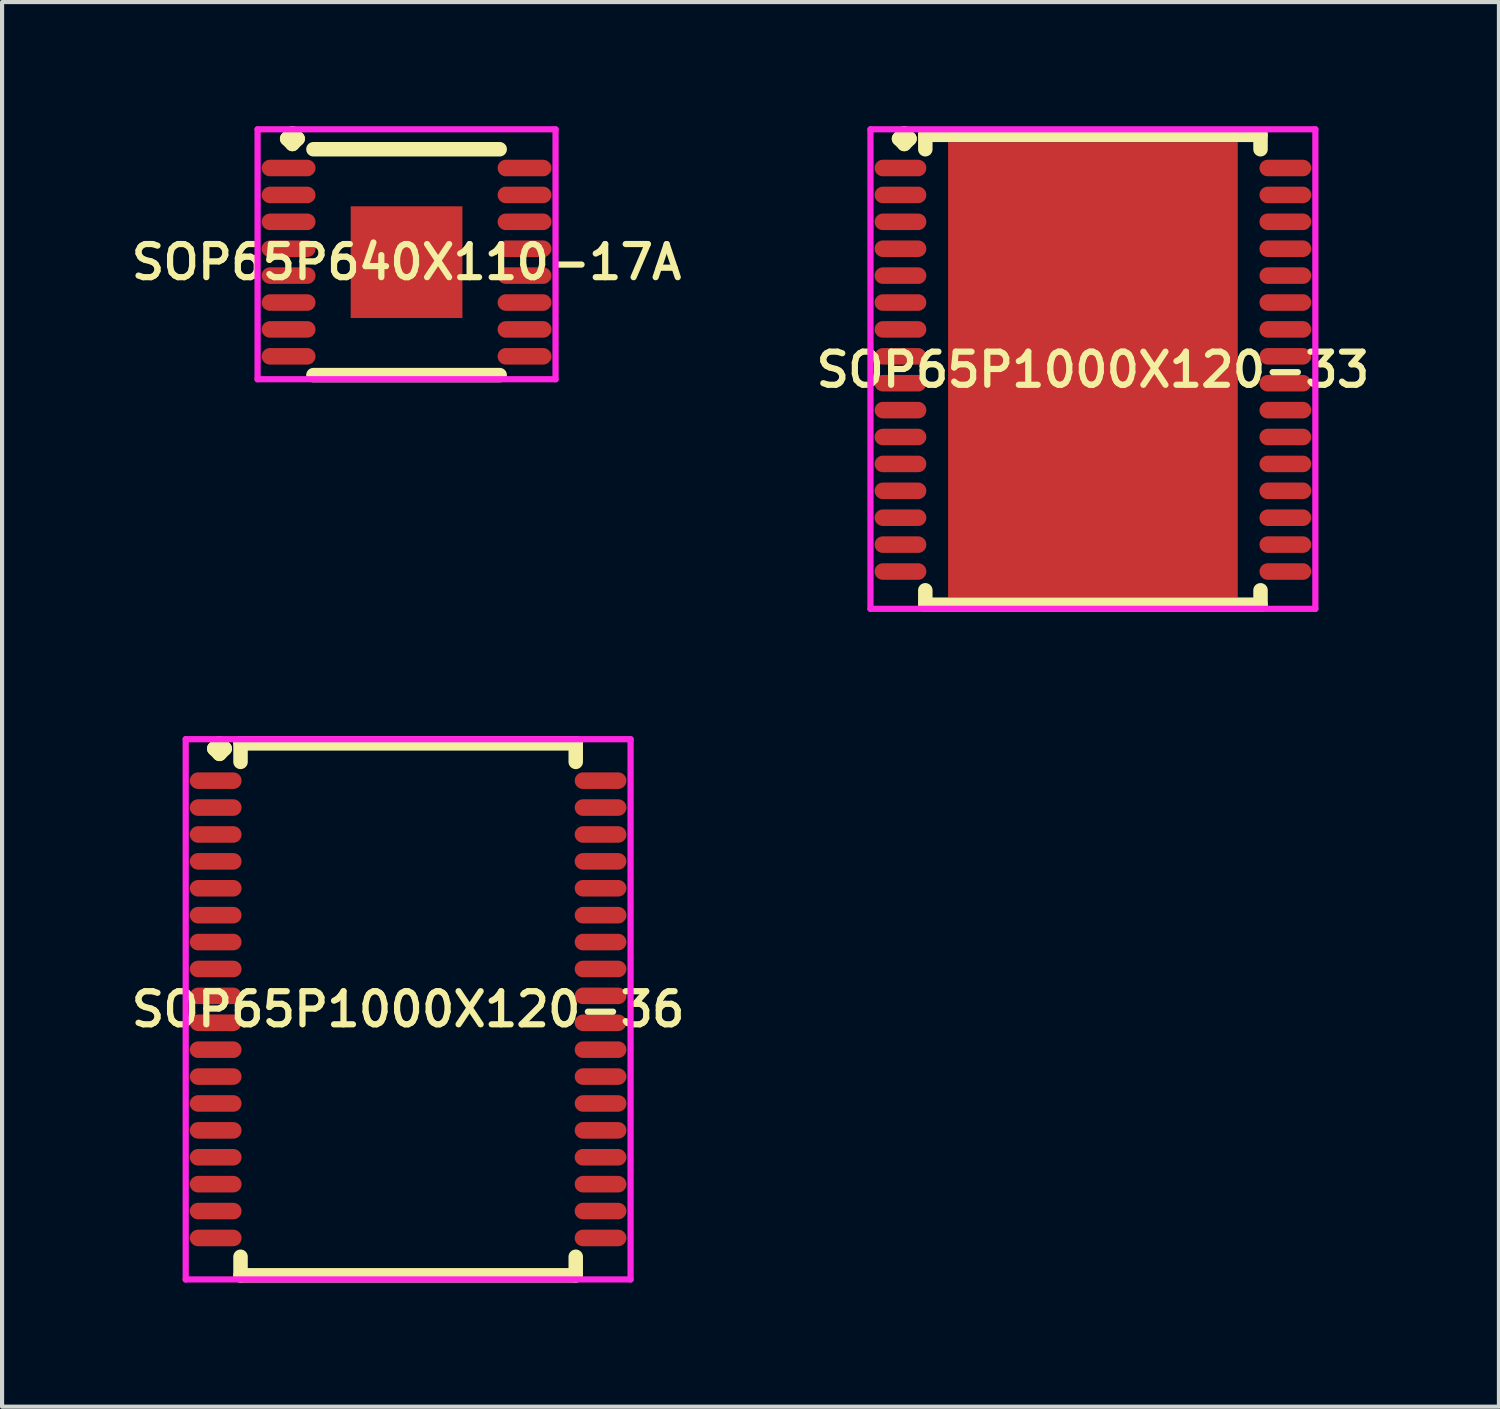
<source format=kicad_pcb>
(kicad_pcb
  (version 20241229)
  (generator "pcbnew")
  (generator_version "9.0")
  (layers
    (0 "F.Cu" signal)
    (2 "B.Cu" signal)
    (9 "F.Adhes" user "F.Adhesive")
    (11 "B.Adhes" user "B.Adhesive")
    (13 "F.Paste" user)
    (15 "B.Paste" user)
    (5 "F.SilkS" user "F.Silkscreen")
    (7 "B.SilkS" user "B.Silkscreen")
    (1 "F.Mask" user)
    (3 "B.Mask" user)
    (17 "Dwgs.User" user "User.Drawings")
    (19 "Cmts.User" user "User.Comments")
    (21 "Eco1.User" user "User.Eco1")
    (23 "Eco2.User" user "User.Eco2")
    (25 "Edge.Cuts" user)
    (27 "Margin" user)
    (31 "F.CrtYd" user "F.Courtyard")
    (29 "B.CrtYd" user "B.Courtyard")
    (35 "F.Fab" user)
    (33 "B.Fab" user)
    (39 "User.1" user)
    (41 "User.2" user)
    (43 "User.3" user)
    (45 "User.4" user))
  (footprint "SOP65P1000X120-36"
    (layer "F.Cu")
    (at 6.812 21.339)
    (property "Reference" "SOP65P1000X120-36" (at 0 0 0) (layer "F.SilkS") (effects (font (size 0.8 0.8) (thickness 0.15))))
    (attr smd)
    (fp_line (start -4.685 -6.3) (end -4.558 -6.427) (stroke (width 0.35) (type solid)) (layer "F.SilkS"))
    (fp_line (start -4.558 -6.427) (end -4.431 -6.3) (stroke (width 0.35) (type solid)) (layer "F.SilkS"))
    (fp_line (start -4.558 -6.173) (end -4.685 -6.3) (stroke (width 0.35) (type solid)) (layer "F.SilkS"))
    (fp_line (start -4.431 -6.3) (end -4.558 -6.173) (stroke (width 0.35) (type solid)) (layer "F.SilkS"))
    (fp_line (start -4.05 -6.427) (end 4.05 -6.427) (stroke (width 0.35) (type solid)) (layer "F.SilkS"))
    (fp_line (start -4.05 -5.979) (end -4.05 -6.427) (stroke (width 0.35) (type solid)) (layer "F.SilkS"))
    (fp_line (start -4.05 5.979) (end -4.05 6.427) (stroke (width 0.35) (type solid)) (layer "F.SilkS"))
    (fp_line (start -4.05 6.427) (end 4.05 6.427) (stroke (width 0.35) (type solid)) (layer "F.SilkS"))
    (fp_line (start 4.05 -6.427) (end 4.05 -5.979) (stroke (width 0.35) (type solid)) (layer "F.SilkS"))
    (fp_line (start 4.05 6.427) (end 4.05 5.979) (stroke (width 0.35) (type solid)) (layer "F.SilkS"))
    (fp_line (start -5.375 -6.527) (end 5.375 -6.527) (stroke (width 0.15) (type solid)) (layer "F.CrtYd"))
    (fp_line (start -5.375 6.527) (end -5.375 -6.527) (stroke (width 0.15) (type solid)) (layer "F.CrtYd"))
    (fp_line (start 5.375 -6.527) (end 5.375 6.527) (stroke (width 0.15) (type solid)) (layer "F.CrtYd"))
    (fp_line (start 5.375 6.527) (end -5.375 6.527) (stroke (width 0.15) (type solid)) (layer "F.CrtYd"))
    (pad "1" smd oval (at -4.65 -5.525) (size 1.25 0.4) (layers "F.Cu" "F.Mask" "F.Paste"))
    (pad "2" smd oval (at -4.65 -4.875) (size 1.25 0.4) (layers "F.Cu" "F.Mask" "F.Paste"))
    (pad "3" smd oval (at -4.65 -4.225) (size 1.25 0.4) (layers "F.Cu" "F.Mask" "F.Paste"))
    (pad "4" smd oval (at -4.65 -3.575) (size 1.25 0.4) (layers "F.Cu" "F.Mask" "F.Paste"))
    (pad "5" smd oval (at -4.65 -2.925) (size 1.25 0.4) (layers "F.Cu" "F.Mask" "F.Paste"))
    (pad "6" smd oval (at -4.65 -2.275) (size 1.25 0.4) (layers "F.Cu" "F.Mask" "F.Paste"))
    (pad "7" smd oval (at -4.65 -1.625) (size 1.25 0.4) (layers "F.Cu" "F.Mask" "F.Paste"))
    (pad "8" smd oval (at -4.65 -0.975) (size 1.25 0.4) (layers "F.Cu" "F.Mask" "F.Paste"))
    (pad "9" smd oval (at -4.65 -0.325) (size 1.25 0.4) (layers "F.Cu" "F.Mask" "F.Paste"))
    (pad "10" smd oval (at -4.65 0.325) (size 1.25 0.4) (layers "F.Cu" "F.Mask" "F.Paste"))
    (pad "11" smd oval (at -4.65 0.975) (size 1.25 0.4) (layers "F.Cu" "F.Mask" "F.Paste"))
    (pad "12" smd oval (at -4.65 1.625) (size 1.25 0.4) (layers "F.Cu" "F.Mask" "F.Paste"))
    (pad "13" smd oval (at -4.65 2.275) (size 1.25 0.4) (layers "F.Cu" "F.Mask" "F.Paste"))
    (pad "14" smd oval (at -4.65 2.925) (size 1.25 0.4) (layers "F.Cu" "F.Mask" "F.Paste"))
    (pad "15" smd oval (at -4.65 3.575) (size 1.25 0.4) (layers "F.Cu" "F.Mask" "F.Paste"))
    (pad "16" smd oval (at -4.65 4.225) (size 1.25 0.4) (layers "F.Cu" "F.Mask" "F.Paste"))
    (pad "17" smd oval (at -4.65 4.875) (size 1.25 0.4) (layers "F.Cu" "F.Mask" "F.Paste"))
    (pad "18" smd oval (at -4.65 5.525) (size 1.25 0.4) (layers "F.Cu" "F.Mask" "F.Paste"))
    (pad "19" smd oval (at 4.65 5.525) (size 1.25 0.4) (layers "F.Cu" "F.Mask" "F.Paste"))
    (pad "20" smd oval (at 4.65 4.875) (size 1.25 0.4) (layers "F.Cu" "F.Mask" "F.Paste"))
    (pad "21" smd oval (at 4.65 4.225) (size 1.25 0.4) (layers "F.Cu" "F.Mask" "F.Paste"))
    (pad "22" smd oval (at 4.65 3.575) (size 1.25 0.4) (layers "F.Cu" "F.Mask" "F.Paste"))
    (pad "23" smd oval (at 4.65 2.925) (size 1.25 0.4) (layers "F.Cu" "F.Mask" "F.Paste"))
    (pad "24" smd oval (at 4.65 2.275) (size 1.25 0.4) (layers "F.Cu" "F.Mask" "F.Paste"))
    (pad "25" smd oval (at 4.65 1.625) (size 1.25 0.4) (layers "F.Cu" "F.Mask" "F.Paste"))
    (pad "26" smd oval (at 4.65 0.975) (size 1.25 0.4) (layers "F.Cu" "F.Mask" "F.Paste"))
    (pad "27" smd oval (at 4.65 0.325) (size 1.25 0.4) (layers "F.Cu" "F.Mask" "F.Paste"))
    (pad "28" smd oval (at 4.65 -0.325) (size 1.25 0.4) (layers "F.Cu" "F.Mask" "F.Paste"))
    (pad "29" smd oval (at 4.65 -0.975) (size 1.25 0.4) (layers "F.Cu" "F.Mask" "F.Paste"))
    (pad "30" smd oval (at 4.65 -1.625) (size 1.25 0.4) (layers "F.Cu" "F.Mask" "F.Paste"))
    (pad "31" smd oval (at 4.65 -2.275) (size 1.25 0.4) (layers "F.Cu" "F.Mask" "F.Paste"))
    (pad "32" smd oval (at 4.65 -2.925) (size 1.25 0.4) (layers "F.Cu" "F.Mask" "F.Paste"))
    (pad "33" smd oval (at 4.65 -3.575) (size 1.25 0.4) (layers "F.Cu" "F.Mask" "F.Paste"))
    (pad "34" smd oval (at 4.65 -4.225) (size 1.25 0.4) (layers "F.Cu" "F.Mask" "F.Paste"))
    (pad "35" smd oval (at 4.65 -4.875) (size 1.25 0.4) (layers "F.Cu" "F.Mask" "F.Paste"))
    (pad "36" smd oval (at 4.65 -5.525) (size 1.25 0.4) (layers "F.Cu" "F.Mask" "F.Paste")))
  (footprint "SOP65P640X110-17A"
    (layer "F.Cu")
    (at 6.774 3.285)
    (property "Reference" "SOP65P640X110-17A" (at 0 0 0) (layer "F.SilkS") (effects (font (size 0.8 0.8) (thickness 0.15))))
    (attr smd)
    (fp_line (start -2.885 -2.983) (end -2.758 -3.11) (stroke (width 0.35) (type solid)) (layer "F.SilkS"))
    (fp_line (start -2.758 -3.11) (end -2.631 -2.983) (stroke (width 0.35) (type solid)) (layer "F.SilkS"))
    (fp_line (start -2.758 -2.856) (end -2.885 -2.983) (stroke (width 0.35) (type solid)) (layer "F.SilkS"))
    (fp_line (start -2.631 -2.983) (end -2.758 -2.856) (stroke (width 0.35) (type solid)) (layer "F.SilkS"))
    (fp_line (start -2.25 -2.729) (end 2.25 -2.729) (stroke (width 0.35) (type solid)) (layer "F.SilkS"))
    (fp_line (start -2.25 2.729) (end 2.25 2.729) (stroke (width 0.35) (type solid)) (layer "F.SilkS"))
    (fp_line (start -3.6 -3.21) (end 3.6 -3.21) (stroke (width 0.15) (type solid)) (layer "F.CrtYd"))
    (fp_line (start -3.6 2.829) (end -3.6 -3.21) (stroke (width 0.15) (type solid)) (layer "F.CrtYd"))
    (fp_line (start 3.6 -3.21) (end 3.6 2.829) (stroke (width 0.15) (type solid)) (layer "F.CrtYd"))
    (fp_line (start 3.6 2.829) (end -3.6 2.829) (stroke (width 0.15) (type solid)) (layer "F.CrtYd"))
    (pad "1" smd oval (at -2.85 -2.275) (size 1.3 0.4) (layers "F.Cu" "F.Mask" "F.Paste"))
    (pad "2" smd oval (at -2.85 -1.625) (size 1.3 0.4) (layers "F.Cu" "F.Mask" "F.Paste"))
    (pad "3" smd oval (at -2.85 -0.975) (size 1.3 0.4) (layers "F.Cu" "F.Mask" "F.Paste"))
    (pad "4" smd oval (at -2.85 -0.325) (size 1.3 0.4) (layers "F.Cu" "F.Mask" "F.Paste"))
    (pad "5" smd oval (at -2.85 0.325) (size 1.3 0.4) (layers "F.Cu" "F.Mask" "F.Paste"))
    (pad "6" smd oval (at -2.85 0.975) (size 1.3 0.4) (layers "F.Cu" "F.Mask" "F.Paste"))
    (pad "7" smd oval (at -2.85 1.625) (size 1.3 0.4) (layers "F.Cu" "F.Mask" "F.Paste"))
    (pad "8" smd oval (at -2.85 2.275) (size 1.3 0.4) (layers "F.Cu" "F.Mask" "F.Paste"))
    (pad "9" smd oval (at 2.85 2.275) (size 1.3 0.4) (layers "F.Cu" "F.Mask" "F.Paste"))
    (pad "10" smd oval (at 2.85 1.625) (size 1.3 0.4) (layers "F.Cu" "F.Mask" "F.Paste"))
    (pad "11" smd oval (at 2.85 0.975) (size 1.3 0.4) (layers "F.Cu" "F.Mask" "F.Paste"))
    (pad "12" smd oval (at 2.85 0.325) (size 1.3 0.4) (layers "F.Cu" "F.Mask" "F.Paste"))
    (pad "13" smd oval (at 2.85 -0.325) (size 1.3 0.4) (layers "F.Cu" "F.Mask" "F.Paste"))
    (pad "14" smd oval (at 2.85 -0.975) (size 1.3 0.4) (layers "F.Cu" "F.Mask" "F.Paste"))
    (pad "15" smd oval (at 2.85 -1.625) (size 1.3 0.4) (layers "F.Cu" "F.Mask" "F.Paste"))
    (pad "16" smd oval (at 2.85 -2.275) (size 1.3 0.4) (layers "F.Cu" "F.Mask" "F.Paste"))
    (pad "17" smd rect (at 0 0) (size 2.7 2.7) (layers "F.Cu" "F.Mask" "F.Paste")))
  (footprint "SOP65P1000X120-33"
    (layer "F.Cu")
    (at 23.359 5.885)
    (property "Reference" "SOP65P1000X120-33" (at 0 0 0) (layer "F.SilkS") (effects (font (size 0.8 0.8) (thickness 0.15))))
    (attr smd)
    (fp_line (start -4.685 -5.583) (end -4.558 -5.71) (stroke (width 0.35) (type solid)) (layer "F.SilkS"))
    (fp_line (start -4.558 -5.71) (end -4.431 -5.583) (stroke (width 0.35) (type solid)) (layer "F.SilkS"))
    (fp_line (start -4.558 -5.456) (end -4.685 -5.583) (stroke (width 0.35) (type solid)) (layer "F.SilkS"))
    (fp_line (start -4.431 -5.583) (end -4.558 -5.456) (stroke (width 0.35) (type solid)) (layer "F.SilkS"))
    (fp_line (start -4.05 -5.677) (end 4.05 -5.677) (stroke (width 0.35) (type solid)) (layer "F.SilkS"))
    (fp_line (start -4.05 -5.329) (end -4.05 -5.677) (stroke (width 0.35) (type solid)) (layer "F.SilkS"))
    (fp_line (start -4.05 5.329) (end -4.05 5.677) (stroke (width 0.35) (type solid)) (layer "F.SilkS"))
    (fp_line (start -4.05 5.677) (end 4.05 5.677) (stroke (width 0.35) (type solid)) (layer "F.SilkS"))
    (fp_line (start 4.05 -5.677) (end 4.05 -5.329) (stroke (width 0.35) (type solid)) (layer "F.SilkS"))
    (fp_line (start 4.05 5.677) (end 4.05 5.329) (stroke (width 0.35) (type solid)) (layer "F.SilkS"))
    (fp_line (start -5.375 -5.81) (end 5.375 -5.81) (stroke (width 0.15) (type solid)) (layer "F.CrtYd"))
    (fp_line (start -5.375 5.777) (end -5.375 -5.81) (stroke (width 0.15) (type solid)) (layer "F.CrtYd"))
    (fp_line (start 5.375 -5.81) (end 5.375 5.777) (stroke (width 0.15) (type solid)) (layer "F.CrtYd"))
    (fp_line (start 5.375 5.777) (end -5.375 5.777) (stroke (width 0.15) (type solid)) (layer "F.CrtYd"))
    (pad "1" smd oval (at -4.65 -4.875) (size 1.25 0.4) (layers "F.Cu" "F.Mask" "F.Paste"))
    (pad "2" smd oval (at -4.65 -4.225) (size 1.25 0.4) (layers "F.Cu" "F.Mask" "F.Paste"))
    (pad "3" smd oval (at -4.65 -3.575) (size 1.25 0.4) (layers "F.Cu" "F.Mask" "F.Paste"))
    (pad "4" smd oval (at -4.65 -2.925) (size 1.25 0.4) (layers "F.Cu" "F.Mask" "F.Paste"))
    (pad "5" smd oval (at -4.65 -2.275) (size 1.25 0.4) (layers "F.Cu" "F.Mask" "F.Paste"))
    (pad "6" smd oval (at -4.65 -1.625) (size 1.25 0.4) (layers "F.Cu" "F.Mask" "F.Paste"))
    (pad "7" smd oval (at -4.65 -0.975) (size 1.25 0.4) (layers "F.Cu" "F.Mask" "F.Paste"))
    (pad "8" smd oval (at -4.65 -0.325) (size 1.25 0.4) (layers "F.Cu" "F.Mask" "F.Paste"))
    (pad "9" smd oval (at -4.65 0.325) (size 1.25 0.4) (layers "F.Cu" "F.Mask" "F.Paste"))
    (pad "10" smd oval (at -4.65 0.975) (size 1.25 0.4) (layers "F.Cu" "F.Mask" "F.Paste"))
    (pad "11" smd oval (at -4.65 1.625) (size 1.25 0.4) (layers "F.Cu" "F.Mask" "F.Paste"))
    (pad "12" smd oval (at -4.65 2.275) (size 1.25 0.4) (layers "F.Cu" "F.Mask" "F.Paste"))
    (pad "13" smd oval (at -4.65 2.925) (size 1.25 0.4) (layers "F.Cu" "F.Mask" "F.Paste"))
    (pad "14" smd oval (at -4.65 3.575) (size 1.25 0.4) (layers "F.Cu" "F.Mask" "F.Paste"))
    (pad "15" smd oval (at -4.65 4.225) (size 1.25 0.4) (layers "F.Cu" "F.Mask" "F.Paste"))
    (pad "16" smd oval (at -4.65 4.875) (size 1.25 0.4) (layers "F.Cu" "F.Mask" "F.Paste"))
    (pad "17" smd oval (at 4.65 4.875) (size 1.25 0.4) (layers "F.Cu" "F.Mask" "F.Paste"))
    (pad "18" smd oval (at 4.65 4.225) (size 1.25 0.4) (layers "F.Cu" "F.Mask" "F.Paste"))
    (pad "19" smd oval (at 4.65 3.575) (size 1.25 0.4) (layers "F.Cu" "F.Mask" "F.Paste"))
    (pad "20" smd oval (at 4.65 2.925) (size 1.25 0.4) (layers "F.Cu" "F.Mask" "F.Paste"))
    (pad "21" smd oval (at 4.65 2.275) (size 1.25 0.4) (layers "F.Cu" "F.Mask" "F.Paste"))
    (pad "22" smd oval (at 4.65 1.625) (size 1.25 0.4) (layers "F.Cu" "F.Mask" "F.Paste"))
    (pad "23" smd oval (at 4.65 0.975) (size 1.25 0.4) (layers "F.Cu" "F.Mask" "F.Paste"))
    (pad "24" smd oval (at 4.65 0.325) (size 1.25 0.4) (layers "F.Cu" "F.Mask" "F.Paste"))
    (pad "25" smd oval (at 4.65 -0.325) (size 1.25 0.4) (layers "F.Cu" "F.Mask" "F.Paste"))
    (pad "26" smd oval (at 4.65 -0.975) (size 1.25 0.4) (layers "F.Cu" "F.Mask" "F.Paste"))
    (pad "27" smd oval (at 4.65 -1.625) (size 1.25 0.4) (layers "F.Cu" "F.Mask" "F.Paste"))
    (pad "28" smd oval (at 4.65 -2.275) (size 1.25 0.4) (layers "F.Cu" "F.Mask" "F.Paste"))
    (pad "29" smd oval (at 4.65 -2.925) (size 1.25 0.4) (layers "F.Cu" "F.Mask" "F.Paste"))
    (pad "30" smd oval (at 4.65 -3.575) (size 1.25 0.4) (layers "F.Cu" "F.Mask" "F.Paste"))
    (pad "31" smd oval (at 4.65 -4.225) (size 1.25 0.4) (layers "F.Cu" "F.Mask" "F.Paste"))
    (pad "32" smd oval (at 4.65 -4.875) (size 1.25 0.4) (layers "F.Cu" "F.Mask" "F.Paste"))
    (pad "33" smd rect (at 0 0) (size 7 11) (layers "F.Cu" "F.Mask" "F.Paste")))
  (gr_rect
    (start -3 -3)
    (end 33.17 30.941)
    (stroke (width 0.1) (type default))
    (fill no)
    (layer "Edge.Cuts")))
</source>
